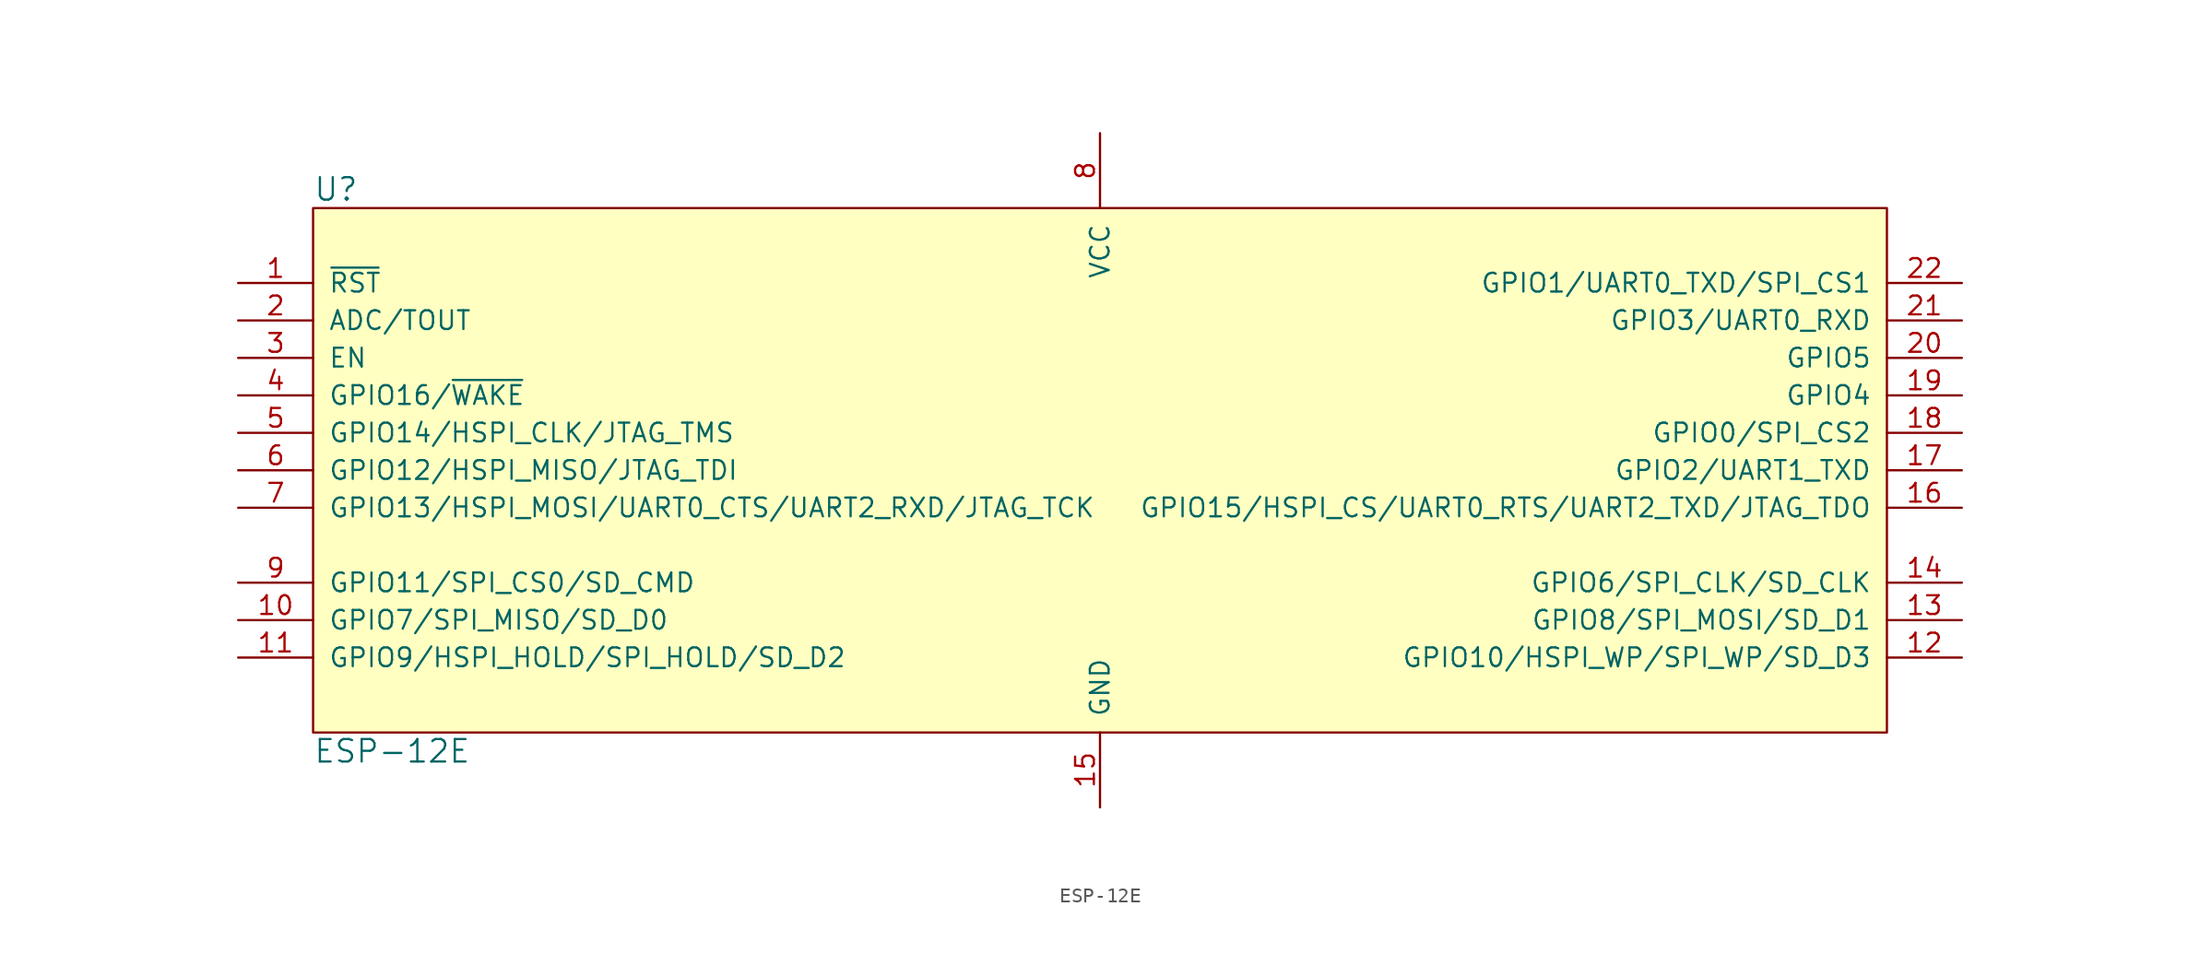
<source format=kicad_sym>
(kicad_symbol_lib
  (version 20220914)
  (generator kicad_symbol_editor)
  (symbol "ESP-12E"
    (pin_names
      (offset 1.016))
    (property "Reference" "U"
      (at -53.34 19.05 0)
      (effects (font (size 1.524 1.524)) (justify left)))
    (property "Value" "ESP-12E"
      (at -53.34 -19.05 0)
      (effects (font (size 1.524 1.524)) (justify left)))
    (symbol "ESP-12E_0_1"
      (rectangle (start 53.34 17.78) (end -53.34 -17.78) (stroke (width 0) (type solid)) (fill (type background))))
    (symbol "ESP-12E_1_1"
      (pin input line (at -58.42 12.7 0) (length 5.08) (name "~{RST}" (effects (font (size 1.27 1.27)))) (number "1" (effects (font (size 1.27 1.27)))))
      (pin bidirectional line (at -58.42 -10.16 0) (length 5.08) (name "GPIO7/SPI_MISO/SD_D0" (effects (font (size 1.27 1.27)))) (number "10" (effects (font (size 1.27 1.27)))))
      (pin bidirectional line (at -58.42 -12.7 0) (length 5.08) (name "GPIO9/HSPI_HOLD/SPI_HOLD/SD_D2" (effects (font (size 1.27 1.27)))) (number "11" (effects (font (size 1.27 1.27)))))
      (pin bidirectional line (at 58.42 -12.7 180) (length 5.08) (name "GPIO10/HSPI_WP/SPI_WP/SD_D3" (effects (font (size 1.27 1.27)))) (number "12" (effects (font (size 1.27 1.27)))))
      (pin bidirectional line (at 58.42 -10.16 180) (length 5.08) (name "GPIO8/SPI_MOSI/SD_D1" (effects (font (size 1.27 1.27)))) (number "13" (effects (font (size 1.27 1.27)))))
      (pin bidirectional line (at 58.42 -7.62 180) (length 5.08) (name "GPIO6/SPI_CLK/SD_CLK" (effects (font (size 1.27 1.27)))) (number "14" (effects (font (size 1.27 1.27)))))
      (pin bidirectional line (at 0 -22.86 90) (length 5.08) (name "GND" (effects (font (size 1.27 1.27)))) (number "15" (effects (font (size 1.27 1.27)))))
      (pin bidirectional line (at 58.42 -2.54 180) (length 5.08) (name "GPIO15/HSPI_CS/UART0_RTS/UART2_TXD/JTAG_TDO" (effects (font (size 1.27 1.27)))) (number "16" (effects (font (size 1.27 1.27)))))
      (pin bidirectional line (at 58.42 0 180) (length 5.08) (name "GPIO2/UART1_TXD" (effects (font (size 1.27 1.27)))) (number "17" (effects (font (size 1.27 1.27)))))
      (pin bidirectional line (at 58.42 2.54 180) (length 5.08) (name "GPIO0/SPI_CS2" (effects (font (size 1.27 1.27)))) (number "18" (effects (font (size 1.27 1.27)))))
      (pin bidirectional line (at 58.42 5.08 180) (length 5.08) (name "GPIO4" (effects (font (size 1.27 1.27)))) (number "19" (effects (font (size 1.27 1.27)))))
      (pin input line (at -58.42 10.16 0) (length 5.08) (name "ADC/TOUT" (effects (font (size 1.27 1.27)))) (number "2" (effects (font (size 1.27 1.27)))))
      (pin bidirectional line (at 58.42 7.62 180) (length 5.08) (name "GPIO5" (effects (font (size 1.27 1.27)))) (number "20" (effects (font (size 1.27 1.27)))))
      (pin bidirectional line (at 58.42 10.16 180) (length 5.08) (name "GPIO3/UART0_RXD" (effects (font (size 1.27 1.27)))) (number "21" (effects (font (size 1.27 1.27)))))
      (pin bidirectional line (at 58.42 12.7 180) (length 5.08) (name "GPIO1/UART0_TXD/SPI_CS1" (effects (font (size 1.27 1.27)))) (number "22" (effects (font (size 1.27 1.27)))))
      (pin input line (at -58.42 7.62 0) (length 5.08) (name "EN" (effects (font (size 1.27 1.27)))) (number "3" (effects (font (size 1.27 1.27)))))
      (pin bidirectional line (at -58.42 5.08 0) (length 5.08) (name "GPIO16/~{WAKE}" (effects (font (size 1.27 1.27)))) (number "4" (effects (font (size 1.27 1.27)))))
      (pin bidirectional line (at -58.42 2.54 0) (length 5.08) (name "GPIO14/HSPI_CLK/JTAG_TMS" (effects (font (size 1.27 1.27)))) (number "5" (effects (font (size 1.27 1.27)))))
      (pin bidirectional line (at -58.42 0 0) (length 5.08) (name "GPIO12/HSPI_MISO/JTAG_TDI" (effects (font (size 1.27 1.27)))) (number "6" (effects (font (size 1.27 1.27)))))
      (pin bidirectional line (at -58.42 -2.54 0) (length 5.08) (name "GPIO13/HSPI_MOSI/UART0_CTS/UART2_RXD/JTAG_TCK" (effects (font (size 1.27 1.27)))) (number "7" (effects (font (size 1.27 1.27)))))
      (pin power_in line (at 0 22.86 270) (length 5.08) (name "VCC" (effects (font (size 1.27 1.27)))) (number "8" (effects (font (size 1.27 1.27)))))
      (pin bidirectional line (at -58.42 -7.62 0) (length 5.08) (name "GPIO11/SPI_CS0/SD_CMD" (effects (font (size 1.27 1.27)))) (number "9" (effects (font (size 1.27 1.27))))))))
</source>
